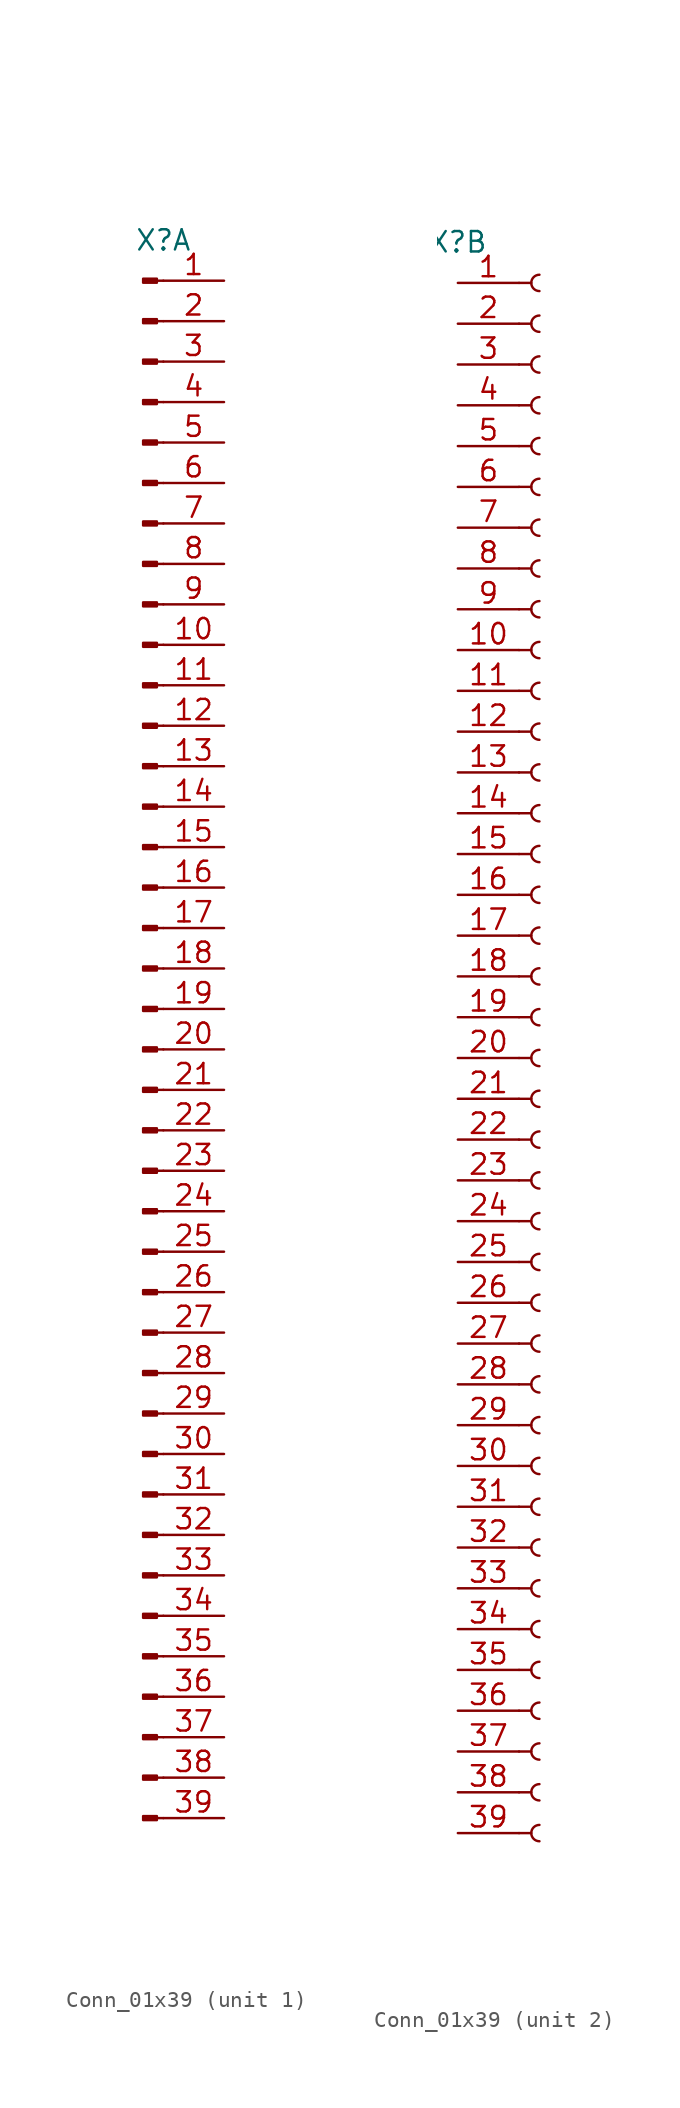
<source format=kicad_sym>
(kicad_symbol_lib
  (version 20241209)
  (generator "kicad_symbol_editor")
  (generator_version "9.0")
  (symbol "Conn_01x39"
    (pin_names
      (offset 1.016)
      (hide yes))
    (property "Reference" "X"
      (at 0 50.8 0)
      (effects (font (size 1.27 1.27))))
    (property "ki_locked" ""
      (at 0 0 0)
      (effects (font (size 1.27 1.27))))
    (symbol "Conn_01x39_1_1"
      (rectangle (start -0.406 48.387) (end -1.27 48.133) (stroke (width 0.152) (type default)) (fill (type outline)))
      (rectangle (start -0.406 45.847) (end -1.27 45.593) (stroke (width 0.152) (type default)) (fill (type outline)))
      (rectangle (start -0.406 43.307) (end -1.27 43.053) (stroke (width 0.152) (type default)) (fill (type outline)))
      (rectangle (start -0.406 40.767) (end -1.27 40.513) (stroke (width 0.152) (type default)) (fill (type outline)))
      (rectangle (start -0.406 38.227) (end -1.27 37.973) (stroke (width 0.152) (type default)) (fill (type outline)))
      (rectangle (start -0.406 35.687) (end -1.27 35.433) (stroke (width 0.152) (type default)) (fill (type outline)))
      (rectangle (start -0.406 33.147) (end -1.27 32.893) (stroke (width 0.152) (type default)) (fill (type outline)))
      (rectangle (start -0.406 30.607) (end -1.27 30.353) (stroke (width 0.152) (type default)) (fill (type outline)))
      (rectangle (start -0.406 28.067) (end -1.27 27.813) (stroke (width 0.152) (type default)) (fill (type outline)))
      (rectangle (start -0.406 25.527) (end -1.27 25.273) (stroke (width 0.152) (type default)) (fill (type outline)))
      (rectangle (start -0.406 22.987) (end -1.27 22.733) (stroke (width 0.152) (type default)) (fill (type outline)))
      (rectangle (start -0.406 20.447) (end -1.27 20.193) (stroke (width 0.152) (type default)) (fill (type outline)))
      (rectangle (start -0.406 17.907) (end -1.27 17.653) (stroke (width 0.152) (type default)) (fill (type outline)))
      (rectangle (start -0.406 15.367) (end -1.27 15.113) (stroke (width 0.152) (type default)) (fill (type outline)))
      (rectangle (start -0.406 12.827) (end -1.27 12.573) (stroke (width 0.152) (type default)) (fill (type outline)))
      (rectangle (start -0.406 10.287) (end -1.27 10.033) (stroke (width 0.152) (type default)) (fill (type outline)))
      (rectangle (start -0.406 7.747) (end -1.27 7.493) (stroke (width 0.152) (type default)) (fill (type outline)))
      (rectangle (start -0.406 5.207) (end -1.27 4.953) (stroke (width 0.152) (type default)) (fill (type outline)))
      (rectangle (start -0.406 2.667) (end -1.27 2.413) (stroke (width 0.152) (type default)) (fill (type outline)))
      (rectangle (start -0.406 0.127) (end -1.27 -0.127) (stroke (width 0.152) (type default)) (fill (type outline)))
      (rectangle (start -0.406 -2.413) (end -1.27 -2.667) (stroke (width 0.152) (type default)) (fill (type outline)))
      (rectangle (start -0.406 -4.953) (end -1.27 -5.207) (stroke (width 0.152) (type default)) (fill (type outline)))
      (rectangle (start -0.406 -7.493) (end -1.27 -7.747) (stroke (width 0.152) (type default)) (fill (type outline)))
      (rectangle (start -0.406 -10.033) (end -1.27 -10.287) (stroke (width 0.152) (type default)) (fill (type outline)))
      (rectangle (start -0.406 -12.573) (end -1.27 -12.827) (stroke (width 0.152) (type default)) (fill (type outline)))
      (rectangle (start -0.406 -15.113) (end -1.27 -15.367) (stroke (width 0.152) (type default)) (fill (type outline)))
      (rectangle (start -0.406 -17.653) (end -1.27 -17.907) (stroke (width 0.152) (type default)) (fill (type outline)))
      (rectangle (start -0.406 -20.193) (end -1.27 -20.447) (stroke (width 0.152) (type default)) (fill (type outline)))
      (rectangle (start -0.406 -22.733) (end -1.27 -22.987) (stroke (width 0.152) (type default)) (fill (type outline)))
      (rectangle (start -0.406 -25.273) (end -1.27 -25.527) (stroke (width 0.152) (type default)) (fill (type outline)))
      (rectangle (start -0.406 -27.813) (end -1.27 -28.067) (stroke (width 0.152) (type default)) (fill (type outline)))
      (rectangle (start -0.406 -30.353) (end -1.27 -30.607) (stroke (width 0.152) (type default)) (fill (type outline)))
      (rectangle (start -0.406 -32.893) (end -1.27 -33.147) (stroke (width 0.152) (type default)) (fill (type outline)))
      (rectangle (start -0.406 -35.433) (end -1.27 -35.687) (stroke (width 0.152) (type default)) (fill (type outline)))
      (rectangle (start -0.406 -37.973) (end -1.27 -38.227) (stroke (width 0.152) (type default)) (fill (type outline)))
      (rectangle (start -0.406 -40.513) (end -1.27 -40.767) (stroke (width 0.152) (type default)) (fill (type outline)))
      (rectangle (start -0.406 -43.053) (end -1.27 -43.307) (stroke (width 0.152) (type default)) (fill (type outline)))
      (rectangle (start -0.406 -45.593) (end -1.27 -45.847) (stroke (width 0.152) (type default)) (fill (type outline)))
      (rectangle (start -0.406 -48.133) (end -1.27 -48.387) (stroke (width 0.152) (type default)) (fill (type outline)))
      (polyline (pts (xy 0 48.26) (xy -0.406 48.26)) (stroke (width 0.152) (type default)) (fill (type none)))
      (polyline (pts (xy 0 45.72) (xy -0.406 45.72)) (stroke (width 0.152) (type default)) (fill (type none)))
      (polyline (pts (xy 0 43.18) (xy -0.406 43.18)) (stroke (width 0.152) (type default)) (fill (type none)))
      (polyline (pts (xy 0 40.64) (xy -0.406 40.64)) (stroke (width 0.152) (type default)) (fill (type none)))
      (polyline (pts (xy 0 38.1) (xy -0.406 38.1)) (stroke (width 0.152) (type default)) (fill (type none)))
      (polyline (pts (xy 0 35.56) (xy -0.406 35.56)) (stroke (width 0.152) (type default)) (fill (type none)))
      (polyline (pts (xy 0 33.02) (xy -0.406 33.02)) (stroke (width 0.152) (type default)) (fill (type none)))
      (polyline (pts (xy 0 30.48) (xy -0.406 30.48)) (stroke (width 0.152) (type default)) (fill (type none)))
      (polyline (pts (xy 0 27.94) (xy -0.406 27.94)) (stroke (width 0.152) (type default)) (fill (type none)))
      (polyline (pts (xy 0 25.4) (xy -0.406 25.4)) (stroke (width 0.152) (type default)) (fill (type none)))
      (polyline (pts (xy 0 22.86) (xy -0.406 22.86)) (stroke (width 0.152) (type default)) (fill (type none)))
      (polyline (pts (xy 0 20.32) (xy -0.406 20.32)) (stroke (width 0.152) (type default)) (fill (type none)))
      (polyline (pts (xy 0 17.78) (xy -0.406 17.78)) (stroke (width 0.152) (type default)) (fill (type none)))
      (polyline (pts (xy 0 15.24) (xy -0.406 15.24)) (stroke (width 0.152) (type default)) (fill (type none)))
      (polyline (pts (xy 0 12.7) (xy -0.406 12.7)) (stroke (width 0.152) (type default)) (fill (type none)))
      (polyline (pts (xy 0 10.16) (xy -0.406 10.16)) (stroke (width 0.152) (type default)) (fill (type none)))
      (polyline (pts (xy 0 7.62) (xy -0.406 7.62)) (stroke (width 0.152) (type default)) (fill (type none)))
      (polyline (pts (xy 0 5.08) (xy -0.406 5.08)) (stroke (width 0.152) (type default)) (fill (type none)))
      (polyline (pts (xy 0 2.54) (xy -0.406 2.54)) (stroke (width 0.152) (type default)) (fill (type none)))
      (polyline (pts (xy 0 0) (xy -0.406 0)) (stroke (width 0.152) (type default)) (fill (type none)))
      (polyline (pts (xy 0 -2.54) (xy -0.406 -2.54)) (stroke (width 0.152) (type default)) (fill (type none)))
      (polyline (pts (xy 0 -5.08) (xy -0.406 -5.08)) (stroke (width 0.152) (type default)) (fill (type none)))
      (polyline (pts (xy 0 -7.62) (xy -0.406 -7.62)) (stroke (width 0.152) (type default)) (fill (type none)))
      (polyline (pts (xy 0 -10.16) (xy -0.406 -10.16)) (stroke (width 0.152) (type default)) (fill (type none)))
      (polyline (pts (xy 0 -12.7) (xy -0.406 -12.7)) (stroke (width 0.152) (type default)) (fill (type none)))
      (polyline (pts (xy 0 -15.24) (xy -0.406 -15.24)) (stroke (width 0.152) (type default)) (fill (type none)))
      (polyline (pts (xy 0 -17.78) (xy -0.406 -17.78)) (stroke (width 0.152) (type default)) (fill (type none)))
      (polyline (pts (xy 0 -20.32) (xy -0.406 -20.32)) (stroke (width 0.152) (type default)) (fill (type none)))
      (polyline (pts (xy 0 -22.86) (xy -0.406 -22.86)) (stroke (width 0.152) (type default)) (fill (type none)))
      (polyline (pts (xy 0 -25.4) (xy -0.406 -25.4)) (stroke (width 0.152) (type default)) (fill (type none)))
      (polyline (pts (xy 0 -27.94) (xy -0.406 -27.94)) (stroke (width 0.152) (type default)) (fill (type none)))
      (polyline (pts (xy 0 -30.48) (xy -0.406 -30.48)) (stroke (width 0.152) (type default)) (fill (type none)))
      (polyline (pts (xy 0 -33.02) (xy -0.406 -33.02)) (stroke (width 0.152) (type default)) (fill (type none)))
      (polyline (pts (xy 0 -35.56) (xy -0.406 -35.56)) (stroke (width 0.152) (type default)) (fill (type none)))
      (polyline (pts (xy 0 -38.1) (xy -0.406 -38.1)) (stroke (width 0.152) (type default)) (fill (type none)))
      (polyline (pts (xy 0 -40.64) (xy -0.406 -40.64)) (stroke (width 0.152) (type default)) (fill (type none)))
      (polyline (pts (xy 0 -43.18) (xy -0.406 -43.18)) (stroke (width 0.152) (type default)) (fill (type none)))
      (polyline (pts (xy 0 -45.72) (xy -0.406 -45.72)) (stroke (width 0.152) (type default)) (fill (type none)))
      (polyline (pts (xy 0 -48.26) (xy -0.406 -48.26)) (stroke (width 0.152) (type default)) (fill (type none)))
      (pin passive line (at 3.81 48.26 180) (length 3.81) (name "Pin_1" (effects (font (size 1.27 1.27)))) (number "1" (effects (font (size 1.27 1.27)))))
      (pin passive line (at 3.81 45.72 180) (length 3.81) (name "Pin_2" (effects (font (size 1.27 1.27)))) (number "2" (effects (font (size 1.27 1.27)))))
      (pin passive line (at 3.81 43.18 180) (length 3.81) (name "Pin_3" (effects (font (size 1.27 1.27)))) (number "3" (effects (font (size 1.27 1.27)))))
      (pin passive line (at 3.81 40.64 180) (length 3.81) (name "Pin_4" (effects (font (size 1.27 1.27)))) (number "4" (effects (font (size 1.27 1.27)))))
      (pin passive line (at 3.81 38.1 180) (length 3.81) (name "Pin_5" (effects (font (size 1.27 1.27)))) (number "5" (effects (font (size 1.27 1.27)))))
      (pin passive line (at 3.81 35.56 180) (length 3.81) (name "Pin_6" (effects (font (size 1.27 1.27)))) (number "6" (effects (font (size 1.27 1.27)))))
      (pin passive line (at 3.81 33.02 180) (length 3.81) (name "Pin_7" (effects (font (size 1.27 1.27)))) (number "7" (effects (font (size 1.27 1.27)))))
      (pin passive line (at 3.81 30.48 180) (length 3.81) (name "Pin_8" (effects (font (size 1.27 1.27)))) (number "8" (effects (font (size 1.27 1.27)))))
      (pin passive line (at 3.81 27.94 180) (length 3.81) (name "Pin_9" (effects (font (size 1.27 1.27)))) (number "9" (effects (font (size 1.27 1.27)))))
      (pin passive line (at 3.81 25.4 180) (length 3.81) (name "Pin_10" (effects (font (size 1.27 1.27)))) (number "10" (effects (font (size 1.27 1.27)))))
      (pin passive line (at 3.81 22.86 180) (length 3.81) (name "Pin_11" (effects (font (size 1.27 1.27)))) (number "11" (effects (font (size 1.27 1.27)))))
      (pin passive line (at 3.81 20.32 180) (length 3.81) (name "Pin_12" (effects (font (size 1.27 1.27)))) (number "12" (effects (font (size 1.27 1.27)))))
      (pin passive line (at 3.81 17.78 180) (length 3.81) (name "Pin_13" (effects (font (size 1.27 1.27)))) (number "13" (effects (font (size 1.27 1.27)))))
      (pin passive line (at 3.81 15.24 180) (length 3.81) (name "Pin_14" (effects (font (size 1.27 1.27)))) (number "14" (effects (font (size 1.27 1.27)))))
      (pin passive line (at 3.81 12.7 180) (length 3.81) (name "Pin_15" (effects (font (size 1.27 1.27)))) (number "15" (effects (font (size 1.27 1.27)))))
      (pin passive line (at 3.81 10.16 180) (length 3.81) (name "Pin_16" (effects (font (size 1.27 1.27)))) (number "16" (effects (font (size 1.27 1.27)))))
      (pin passive line (at 3.81 7.62 180) (length 3.81) (name "Pin_17" (effects (font (size 1.27 1.27)))) (number "17" (effects (font (size 1.27 1.27)))))
      (pin passive line (at 3.81 5.08 180) (length 3.81) (name "Pin_18" (effects (font (size 1.27 1.27)))) (number "18" (effects (font (size 1.27 1.27)))))
      (pin passive line (at 3.81 2.54 180) (length 3.81) (name "Pin_19" (effects (font (size 1.27 1.27)))) (number "19" (effects (font (size 1.27 1.27)))))
      (pin passive line (at 3.81 0 180) (length 3.81) (name "Pin_20" (effects (font (size 1.27 1.27)))) (number "20" (effects (font (size 1.27 1.27)))))
      (pin passive line (at 3.81 -2.54 180) (length 3.81) (name "Pin_21" (effects (font (size 1.27 1.27)))) (number "21" (effects (font (size 1.27 1.27)))))
      (pin passive line (at 3.81 -5.08 180) (length 3.81) (name "Pin_22" (effects (font (size 1.27 1.27)))) (number "22" (effects (font (size 1.27 1.27)))))
      (pin passive line (at 3.81 -7.62 180) (length 3.81) (name "Pin_23" (effects (font (size 1.27 1.27)))) (number "23" (effects (font (size 1.27 1.27)))))
      (pin passive line (at 3.81 -10.16 180) (length 3.81) (name "Pin_24" (effects (font (size 1.27 1.27)))) (number "24" (effects (font (size 1.27 1.27)))))
      (pin passive line (at 3.81 -12.7 180) (length 3.81) (name "Pin_25" (effects (font (size 1.27 1.27)))) (number "25" (effects (font (size 1.27 1.27)))))
      (pin passive line (at 3.81 -15.24 180) (length 3.81) (name "Pin_26" (effects (font (size 1.27 1.27)))) (number "26" (effects (font (size 1.27 1.27)))))
      (pin passive line (at 3.81 -17.78 180) (length 3.81) (name "Pin_27" (effects (font (size 1.27 1.27)))) (number "27" (effects (font (size 1.27 1.27)))))
      (pin passive line (at 3.81 -20.32 180) (length 3.81) (name "Pin_28" (effects (font (size 1.27 1.27)))) (number "28" (effects (font (size 1.27 1.27)))))
      (pin passive line (at 3.81 -22.86 180) (length 3.81) (name "Pin_29" (effects (font (size 1.27 1.27)))) (number "29" (effects (font (size 1.27 1.27)))))
      (pin passive line (at 3.81 -25.4 180) (length 3.81) (name "Pin_30" (effects (font (size 1.27 1.27)))) (number "30" (effects (font (size 1.27 1.27)))))
      (pin passive line (at 3.81 -27.94 180) (length 3.81) (name "Pin_31" (effects (font (size 1.27 1.27)))) (number "31" (effects (font (size 1.27 1.27)))))
      (pin passive line (at 3.81 -30.48 180) (length 3.81) (name "Pin_32" (effects (font (size 1.27 1.27)))) (number "32" (effects (font (size 1.27 1.27)))))
      (pin passive line (at 3.81 -33.02 180) (length 3.81) (name "Pin_33" (effects (font (size 1.27 1.27)))) (number "33" (effects (font (size 1.27 1.27)))))
      (pin passive line (at 3.81 -35.56 180) (length 3.81) (name "Pin_34" (effects (font (size 1.27 1.27)))) (number "34" (effects (font (size 1.27 1.27)))))
      (pin passive line (at 3.81 -38.1 180) (length 3.81) (name "Pin_35" (effects (font (size 1.27 1.27)))) (number "35" (effects (font (size 1.27 1.27)))))
      (pin passive line (at 3.81 -40.64 180) (length 3.81) (name "Pin_36" (effects (font (size 1.27 1.27)))) (number "36" (effects (font (size 1.27 1.27)))))
      (pin passive line (at 3.81 -43.18 180) (length 3.81) (name "Pin_37" (effects (font (size 1.27 1.27)))) (number "37" (effects (font (size 1.27 1.27)))))
      (pin passive line (at 3.81 -45.72 180) (length 3.81) (name "Pin_38" (effects (font (size 1.27 1.27)))) (number "38" (effects (font (size 1.27 1.27)))))
      (pin passive line (at 3.81 -48.26 180) (length 3.81) (name "Pin_39" (effects (font (size 1.27 1.27)))) (number "39" (effects (font (size 1.27 1.27))))))
    (symbol "Conn_01x39_2_1"
      (polyline (pts (xy 3.81 48.26) (xy 4.572 48.26)) (stroke (width 0.152) (type default)) (fill (type none)))
      (polyline (pts (xy 3.81 45.72) (xy 4.572 45.72)) (stroke (width 0.152) (type default)) (fill (type none)))
      (polyline (pts (xy 3.81 43.18) (xy 4.572 43.18)) (stroke (width 0.152) (type default)) (fill (type none)))
      (polyline (pts (xy 3.81 40.64) (xy 4.572 40.64)) (stroke (width 0.152) (type default)) (fill (type none)))
      (polyline (pts (xy 3.81 38.1) (xy 4.572 38.1)) (stroke (width 0.152) (type default)) (fill (type none)))
      (polyline (pts (xy 3.81 35.56) (xy 4.572 35.56)) (stroke (width 0.152) (type default)) (fill (type none)))
      (polyline (pts (xy 3.81 33.02) (xy 4.572 33.02)) (stroke (width 0.152) (type default)) (fill (type none)))
      (polyline (pts (xy 3.81 30.48) (xy 4.572 30.48)) (stroke (width 0.152) (type default)) (fill (type none)))
      (polyline (pts (xy 3.81 27.94) (xy 4.572 27.94)) (stroke (width 0.152) (type default)) (fill (type none)))
      (polyline (pts (xy 3.81 25.4) (xy 4.572 25.4)) (stroke (width 0.152) (type default)) (fill (type none)))
      (polyline (pts (xy 3.81 22.86) (xy 4.572 22.86)) (stroke (width 0.152) (type default)) (fill (type none)))
      (polyline (pts (xy 3.81 20.32) (xy 4.572 20.32)) (stroke (width 0.152) (type default)) (fill (type none)))
      (polyline (pts (xy 3.81 17.78) (xy 4.572 17.78)) (stroke (width 0.152) (type default)) (fill (type none)))
      (polyline (pts (xy 3.81 15.24) (xy 4.572 15.24)) (stroke (width 0.152) (type default)) (fill (type none)))
      (polyline (pts (xy 3.81 12.7) (xy 4.572 12.7)) (stroke (width 0.152) (type default)) (fill (type none)))
      (polyline (pts (xy 3.81 10.16) (xy 4.572 10.16)) (stroke (width 0.152) (type default)) (fill (type none)))
      (polyline (pts (xy 3.81 7.62) (xy 4.572 7.62)) (stroke (width 0.152) (type default)) (fill (type none)))
      (polyline (pts (xy 3.81 5.08) (xy 4.572 5.08)) (stroke (width 0.152) (type default)) (fill (type none)))
      (polyline (pts (xy 3.81 2.54) (xy 4.572 2.54)) (stroke (width 0.152) (type default)) (fill (type none)))
      (polyline (pts (xy 3.81 0) (xy 4.572 0)) (stroke (width 0.152) (type default)) (fill (type none)))
      (polyline (pts (xy 3.81 -2.54) (xy 4.572 -2.54)) (stroke (width 0.152) (type default)) (fill (type none)))
      (polyline (pts (xy 3.81 -5.08) (xy 4.572 -5.08)) (stroke (width 0.152) (type default)) (fill (type none)))
      (polyline (pts (xy 3.81 -7.62) (xy 4.572 -7.62)) (stroke (width 0.152) (type default)) (fill (type none)))
      (polyline (pts (xy 3.81 -10.16) (xy 4.572 -10.16)) (stroke (width 0.152) (type default)) (fill (type none)))
      (polyline (pts (xy 3.81 -12.7) (xy 4.572 -12.7)) (stroke (width 0.152) (type default)) (fill (type none)))
      (polyline (pts (xy 3.81 -15.24) (xy 4.572 -15.24)) (stroke (width 0.152) (type default)) (fill (type none)))
      (polyline (pts (xy 3.81 -17.78) (xy 4.572 -17.78)) (stroke (width 0.152) (type default)) (fill (type none)))
      (polyline (pts (xy 3.81 -20.32) (xy 4.572 -20.32)) (stroke (width 0.152) (type default)) (fill (type none)))
      (polyline (pts (xy 3.81 -22.86) (xy 4.572 -22.86)) (stroke (width 0.152) (type default)) (fill (type none)))
      (polyline (pts (xy 3.81 -25.4) (xy 4.572 -25.4)) (stroke (width 0.152) (type default)) (fill (type none)))
      (polyline (pts (xy 3.81 -27.94) (xy 4.572 -27.94)) (stroke (width 0.152) (type default)) (fill (type none)))
      (polyline (pts (xy 3.81 -30.48) (xy 4.572 -30.48)) (stroke (width 0.152) (type default)) (fill (type none)))
      (polyline (pts (xy 3.81 -33.02) (xy 4.572 -33.02)) (stroke (width 0.152) (type default)) (fill (type none)))
      (polyline (pts (xy 3.81 -35.56) (xy 4.572 -35.56)) (stroke (width 0.152) (type default)) (fill (type none)))
      (polyline (pts (xy 3.81 -38.1) (xy 4.572 -38.1)) (stroke (width 0.152) (type default)) (fill (type none)))
      (polyline (pts (xy 3.81 -40.64) (xy 4.572 -40.64)) (stroke (width 0.152) (type default)) (fill (type none)))
      (polyline (pts (xy 3.81 -43.18) (xy 4.572 -43.18)) (stroke (width 0.152) (type default)) (fill (type none)))
      (polyline (pts (xy 3.81 -45.72) (xy 4.572 -45.72)) (stroke (width 0.152) (type default)) (fill (type none)))
      (polyline (pts (xy 3.81 -48.26) (xy 4.572 -48.26)) (stroke (width 0.152) (type default)) (fill (type none)))
      (arc (start 5.08 47.752) (mid 4.5742 48.26) (end 5.08 48.768) (stroke (width 0.1524) (type default)) (fill (type none)))
      (arc (start 5.08 45.212) (mid 4.5742 45.72) (end 5.08 46.228) (stroke (width 0.1524) (type default)) (fill (type none)))
      (arc (start 5.08 42.672) (mid 4.5742 43.18) (end 5.08 43.688) (stroke (width 0.1524) (type default)) (fill (type none)))
      (arc (start 5.08 40.132) (mid 4.5742 40.64) (end 5.08 41.148) (stroke (width 0.1524) (type default)) (fill (type none)))
      (arc (start 5.08 37.592) (mid 4.5742 38.1) (end 5.08 38.608) (stroke (width 0.1524) (type default)) (fill (type none)))
      (arc (start 5.08 35.052) (mid 4.5742 35.56) (end 5.08 36.068) (stroke (width 0.1524) (type default)) (fill (type none)))
      (arc (start 5.08 32.512) (mid 4.5742 33.02) (end 5.08 33.528) (stroke (width 0.1524) (type default)) (fill (type none)))
      (arc (start 5.08 29.972) (mid 4.5742 30.48) (end 5.08 30.988) (stroke (width 0.1524) (type default)) (fill (type none)))
      (arc (start 5.08 27.432) (mid 4.5742 27.94) (end 5.08 28.448) (stroke (width 0.1524) (type default)) (fill (type none)))
      (arc (start 5.08 24.892) (mid 4.5742 25.4) (end 5.08 25.908) (stroke (width 0.1524) (type default)) (fill (type none)))
      (arc (start 5.08 22.352) (mid 4.5742 22.86) (end 5.08 23.368) (stroke (width 0.1524) (type default)) (fill (type none)))
      (arc (start 5.08 19.812) (mid 4.5742 20.32) (end 5.08 20.828) (stroke (width 0.1524) (type default)) (fill (type none)))
      (arc (start 5.08 17.272) (mid 4.5742 17.78) (end 5.08 18.288) (stroke (width 0.1524) (type default)) (fill (type none)))
      (arc (start 5.08 14.732) (mid 4.5742 15.24) (end 5.08 15.748) (stroke (width 0.1524) (type default)) (fill (type none)))
      (arc (start 5.08 12.192) (mid 4.5742 12.7) (end 5.08 13.208) (stroke (width 0.1524) (type default)) (fill (type none)))
      (arc (start 5.08 9.652) (mid 4.5742 10.16) (end 5.08 10.668) (stroke (width 0.1524) (type default)) (fill (type none)))
      (arc (start 5.08 7.112) (mid 4.5742 7.62) (end 5.08 8.128) (stroke (width 0.1524) (type default)) (fill (type none)))
      (arc (start 5.08 4.572) (mid 4.5742 5.08) (end 5.08 5.588) (stroke (width 0.1524) (type default)) (fill (type none)))
      (arc (start 5.08 2.032) (mid 4.5742 2.54) (end 5.08 3.048) (stroke (width 0.1524) (type default)) (fill (type none)))
      (arc (start 5.08 -0.508) (mid 4.5742 0) (end 5.08 0.508) (stroke (width 0.1524) (type default)) (fill (type none)))
      (arc (start 5.08 -3.048) (mid 4.5742 -2.54) (end 5.08 -2.032) (stroke (width 0.1524) (type default)) (fill (type none)))
      (arc (start 5.08 -5.588) (mid 4.5742 -5.08) (end 5.08 -4.572) (stroke (width 0.1524) (type default)) (fill (type none)))
      (arc (start 5.08 -8.128) (mid 4.5742 -7.62) (end 5.08 -7.112) (stroke (width 0.1524) (type default)) (fill (type none)))
      (arc (start 5.08 -10.668) (mid 4.5742 -10.16) (end 5.08 -9.652) (stroke (width 0.1524) (type default)) (fill (type none)))
      (arc (start 5.08 -13.208) (mid 4.5742 -12.7) (end 5.08 -12.192) (stroke (width 0.1524) (type default)) (fill (type none)))
      (arc (start 5.08 -15.748) (mid 4.5742 -15.24) (end 5.08 -14.732) (stroke (width 0.1524) (type default)) (fill (type none)))
      (arc (start 5.08 -18.288) (mid 4.5742 -17.78) (end 5.08 -17.272) (stroke (width 0.1524) (type default)) (fill (type none)))
      (arc (start 5.08 -20.828) (mid 4.5742 -20.32) (end 5.08 -19.812) (stroke (width 0.1524) (type default)) (fill (type none)))
      (arc (start 5.08 -23.368) (mid 4.5742 -22.86) (end 5.08 -22.352) (stroke (width 0.1524) (type default)) (fill (type none)))
      (arc (start 5.08 -25.908) (mid 4.5742 -25.4) (end 5.08 -24.892) (stroke (width 0.1524) (type default)) (fill (type none)))
      (arc (start 5.08 -28.448) (mid 4.5742 -27.94) (end 5.08 -27.432) (stroke (width 0.1524) (type default)) (fill (type none)))
      (arc (start 5.08 -30.988) (mid 4.5742 -30.48) (end 5.08 -29.972) (stroke (width 0.1524) (type default)) (fill (type none)))
      (arc (start 5.08 -33.528) (mid 4.5742 -33.02) (end 5.08 -32.512) (stroke (width 0.1524) (type default)) (fill (type none)))
      (arc (start 5.08 -36.068) (mid 4.5742 -35.56) (end 5.08 -35.052) (stroke (width 0.1524) (type default)) (fill (type none)))
      (arc (start 5.08 -38.608) (mid 4.5742 -38.1) (end 5.08 -37.592) (stroke (width 0.1524) (type default)) (fill (type none)))
      (arc (start 5.08 -41.148) (mid 4.5742 -40.64) (end 5.08 -40.132) (stroke (width 0.1524) (type default)) (fill (type none)))
      (arc (start 5.08 -43.688) (mid 4.5742 -43.18) (end 5.08 -42.672) (stroke (width 0.1524) (type default)) (fill (type none)))
      (arc (start 5.08 -46.228) (mid 4.5742 -45.72) (end 5.08 -45.212) (stroke (width 0.1524) (type default)) (fill (type none)))
      (arc (start 5.08 -48.768) (mid 4.5742 -48.26) (end 5.08 -47.752) (stroke (width 0.1524) (type default)) (fill (type none)))
      (pin passive line (at 0 48.26 0) (length 3.81) (name "Pin_1" (effects (font (size 1.27 1.27)))) (number "1" (effects (font (size 1.27 1.27)))))
      (pin passive line (at 0 45.72 0) (length 3.81) (name "Pin_2" (effects (font (size 1.27 1.27)))) (number "2" (effects (font (size 1.27 1.27)))))
      (pin passive line (at 0 43.18 0) (length 3.81) (name "Pin_3" (effects (font (size 1.27 1.27)))) (number "3" (effects (font (size 1.27 1.27)))))
      (pin passive line (at 0 40.64 0) (length 3.81) (name "Pin_4" (effects (font (size 1.27 1.27)))) (number "4" (effects (font (size 1.27 1.27)))))
      (pin passive line (at 0 38.1 0) (length 3.81) (name "Pin_5" (effects (font (size 1.27 1.27)))) (number "5" (effects (font (size 1.27 1.27)))))
      (pin passive line (at 0 35.56 0) (length 3.81) (name "Pin_6" (effects (font (size 1.27 1.27)))) (number "6" (effects (font (size 1.27 1.27)))))
      (pin passive line (at 0 33.02 0) (length 3.81) (name "Pin_7" (effects (font (size 1.27 1.27)))) (number "7" (effects (font (size 1.27 1.27)))))
      (pin passive line (at 0 30.48 0) (length 3.81) (name "Pin_8" (effects (font (size 1.27 1.27)))) (number "8" (effects (font (size 1.27 1.27)))))
      (pin passive line (at 0 27.94 0) (length 3.81) (name "Pin_9" (effects (font (size 1.27 1.27)))) (number "9" (effects (font (size 1.27 1.27)))))
      (pin passive line (at 0 25.4 0) (length 3.81) (name "Pin_10" (effects (font (size 1.27 1.27)))) (number "10" (effects (font (size 1.27 1.27)))))
      (pin passive line (at 0 22.86 0) (length 3.81) (name "Pin_11" (effects (font (size 1.27 1.27)))) (number "11" (effects (font (size 1.27 1.27)))))
      (pin passive line (at 0 20.32 0) (length 3.81) (name "Pin_12" (effects (font (size 1.27 1.27)))) (number "12" (effects (font (size 1.27 1.27)))))
      (pin passive line (at 0 17.78 0) (length 3.81) (name "Pin_13" (effects (font (size 1.27 1.27)))) (number "13" (effects (font (size 1.27 1.27)))))
      (pin passive line (at 0 15.24 0) (length 3.81) (name "Pin_14" (effects (font (size 1.27 1.27)))) (number "14" (effects (font (size 1.27 1.27)))))
      (pin passive line (at 0 12.7 0) (length 3.81) (name "Pin_15" (effects (font (size 1.27 1.27)))) (number "15" (effects (font (size 1.27 1.27)))))
      (pin passive line (at 0 10.16 0) (length 3.81) (name "Pin_16" (effects (font (size 1.27 1.27)))) (number "16" (effects (font (size 1.27 1.27)))))
      (pin passive line (at 0 7.62 0) (length 3.81) (name "Pin_17" (effects (font (size 1.27 1.27)))) (number "17" (effects (font (size 1.27 1.27)))))
      (pin passive line (at 0 5.08 0) (length 3.81) (name "Pin_18" (effects (font (size 1.27 1.27)))) (number "18" (effects (font (size 1.27 1.27)))))
      (pin passive line (at 0 2.54 0) (length 3.81) (name "Pin_19" (effects (font (size 1.27 1.27)))) (number "19" (effects (font (size 1.27 1.27)))))
      (pin passive line (at 0 0 0) (length 3.81) (name "Pin_20" (effects (font (size 1.27 1.27)))) (number "20" (effects (font (size 1.27 1.27)))))
      (pin passive line (at 0 -2.54 0) (length 3.81) (name "Pin_21" (effects (font (size 1.27 1.27)))) (number "21" (effects (font (size 1.27 1.27)))))
      (pin passive line (at 0 -5.08 0) (length 3.81) (name "Pin_22" (effects (font (size 1.27 1.27)))) (number "22" (effects (font (size 1.27 1.27)))))
      (pin passive line (at 0 -7.62 0) (length 3.81) (name "Pin_23" (effects (font (size 1.27 1.27)))) (number "23" (effects (font (size 1.27 1.27)))))
      (pin passive line (at 0 -10.16 0) (length 3.81) (name "Pin_24" (effects (font (size 1.27 1.27)))) (number "24" (effects (font (size 1.27 1.27)))))
      (pin passive line (at 0 -12.7 0) (length 3.81) (name "Pin_25" (effects (font (size 1.27 1.27)))) (number "25" (effects (font (size 1.27 1.27)))))
      (pin passive line (at 0 -15.24 0) (length 3.81) (name "Pin_26" (effects (font (size 1.27 1.27)))) (number "26" (effects (font (size 1.27 1.27)))))
      (pin passive line (at 0 -17.78 0) (length 3.81) (name "Pin_27" (effects (font (size 1.27 1.27)))) (number "27" (effects (font (size 1.27 1.27)))))
      (pin passive line (at 0 -20.32 0) (length 3.81) (name "Pin_28" (effects (font (size 1.27 1.27)))) (number "28" (effects (font (size 1.27 1.27)))))
      (pin passive line (at 0 -22.86 0) (length 3.81) (name "Pin_29" (effects (font (size 1.27 1.27)))) (number "29" (effects (font (size 1.27 1.27)))))
      (pin passive line (at 0 -25.4 0) (length 3.81) (name "Pin_30" (effects (font (size 1.27 1.27)))) (number "30" (effects (font (size 1.27 1.27)))))
      (pin passive line (at 0 -27.94 0) (length 3.81) (name "Pin_31" (effects (font (size 1.27 1.27)))) (number "31" (effects (font (size 1.27 1.27)))))
      (pin passive line (at 0 -30.48 0) (length 3.81) (name "Pin_32" (effects (font (size 1.27 1.27)))) (number "32" (effects (font (size 1.27 1.27)))))
      (pin passive line (at 0 -33.02 0) (length 3.81) (name "Pin_33" (effects (font (size 1.27 1.27)))) (number "33" (effects (font (size 1.27 1.27)))))
      (pin passive line (at 0 -35.56 0) (length 3.81) (name "Pin_34" (effects (font (size 1.27 1.27)))) (number "34" (effects (font (size 1.27 1.27)))))
      (pin passive line (at 0 -38.1 0) (length 3.81) (name "Pin_35" (effects (font (size 1.27 1.27)))) (number "35" (effects (font (size 1.27 1.27)))))
      (pin passive line (at 0 -40.64 0) (length 3.81) (name "Pin_36" (effects (font (size 1.27 1.27)))) (number "36" (effects (font (size 1.27 1.27)))))
      (pin passive line (at 0 -43.18 0) (length 3.81) (name "Pin_37" (effects (font (size 1.27 1.27)))) (number "37" (effects (font (size 1.27 1.27)))))
      (pin passive line (at 0 -45.72 0) (length 3.81) (name "Pin_38" (effects (font (size 1.27 1.27)))) (number "38" (effects (font (size 1.27 1.27)))))
      (pin passive line (at 0 -48.26 0) (length 3.81) (name "Pin_39" (effects (font (size 1.27 1.27)))) (number "39" (effects (font (size 1.27 1.27))))))))
</source>
